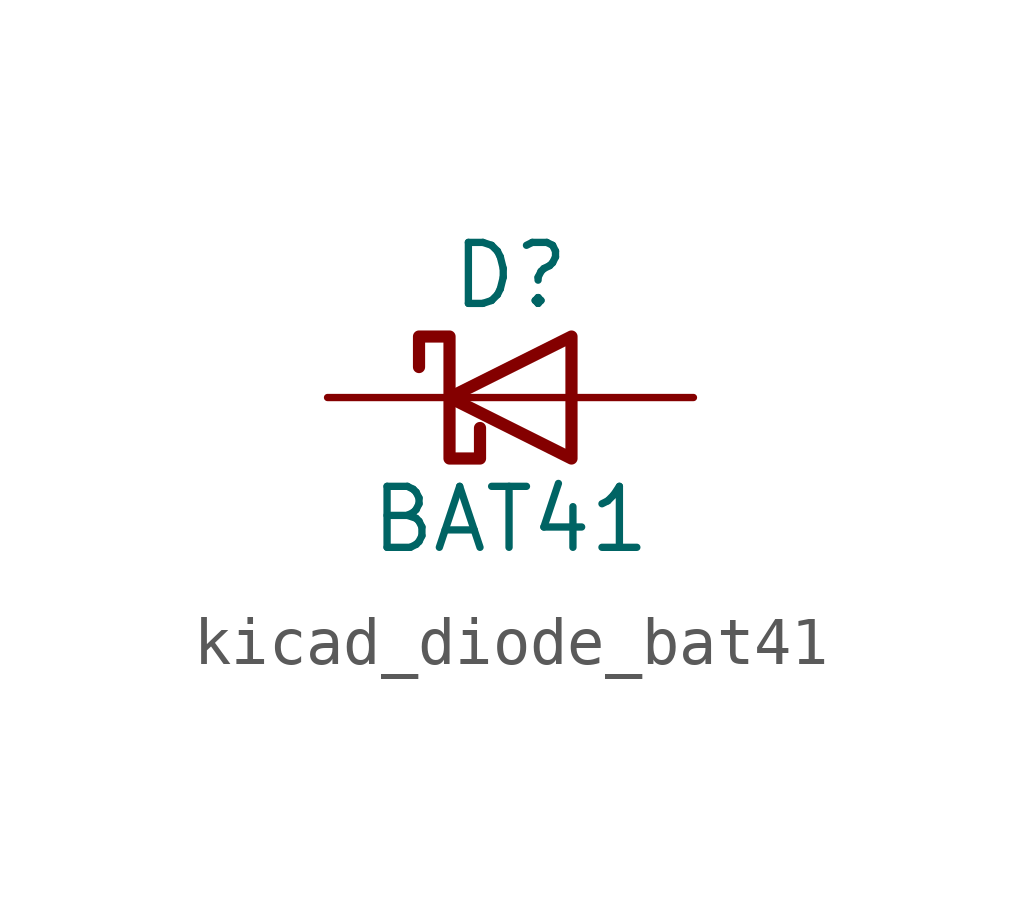
<source format=kicad_sym>
(kicad_symbol_lib
  (version 20220914)
  (generator kicad_symbol_editor)
  (symbol "kicad_diode_bat41"
    (pin_numbers hide)
    (pin_names
      (offset 1.016) hide)
    (property "Reference" "D"
      (at 0 2.54 0)
      (effects (font (size 1.27 1.27))))
    (property "Value" "BAT41"
      (at 0 -2.54 0)
      (effects (font (size 1.27 1.27))))
    (symbol "kicad_diode_bat41_0_1"
      (polyline (pts (xy 1.27 0) (xy -1.27 0)) (stroke (width 0) (type default)) (fill (type none)))
      (polyline (pts (xy 1.27 1.27) (xy 1.27 -1.27) (xy -1.27 0) (xy 1.27 1.27)) (stroke (width 0.254) (type default)) (fill (type none)))
      (polyline (pts (xy -1.905 0.635) (xy -1.905 1.27) (xy -1.27 1.27) (xy -1.27 -1.27) (xy -0.635 -1.27) (xy -0.635 -0.635)) (stroke (width 0.254) (type default)) (fill (type none))))
    (symbol "kicad_diode_bat41_1_1"
      (pin passive line (at -3.81 0 0) (length 2.54) (name "K" (effects (font (size 1.27 1.27)))) (number "1" (effects (font (size 1.27 1.27)))))
      (pin passive line (at 3.81 0 180) (length 2.54) (name "A" (effects (font (size 1.27 1.27)))) (number "2" (effects (font (size 1.27 1.27))))))))
</source>
